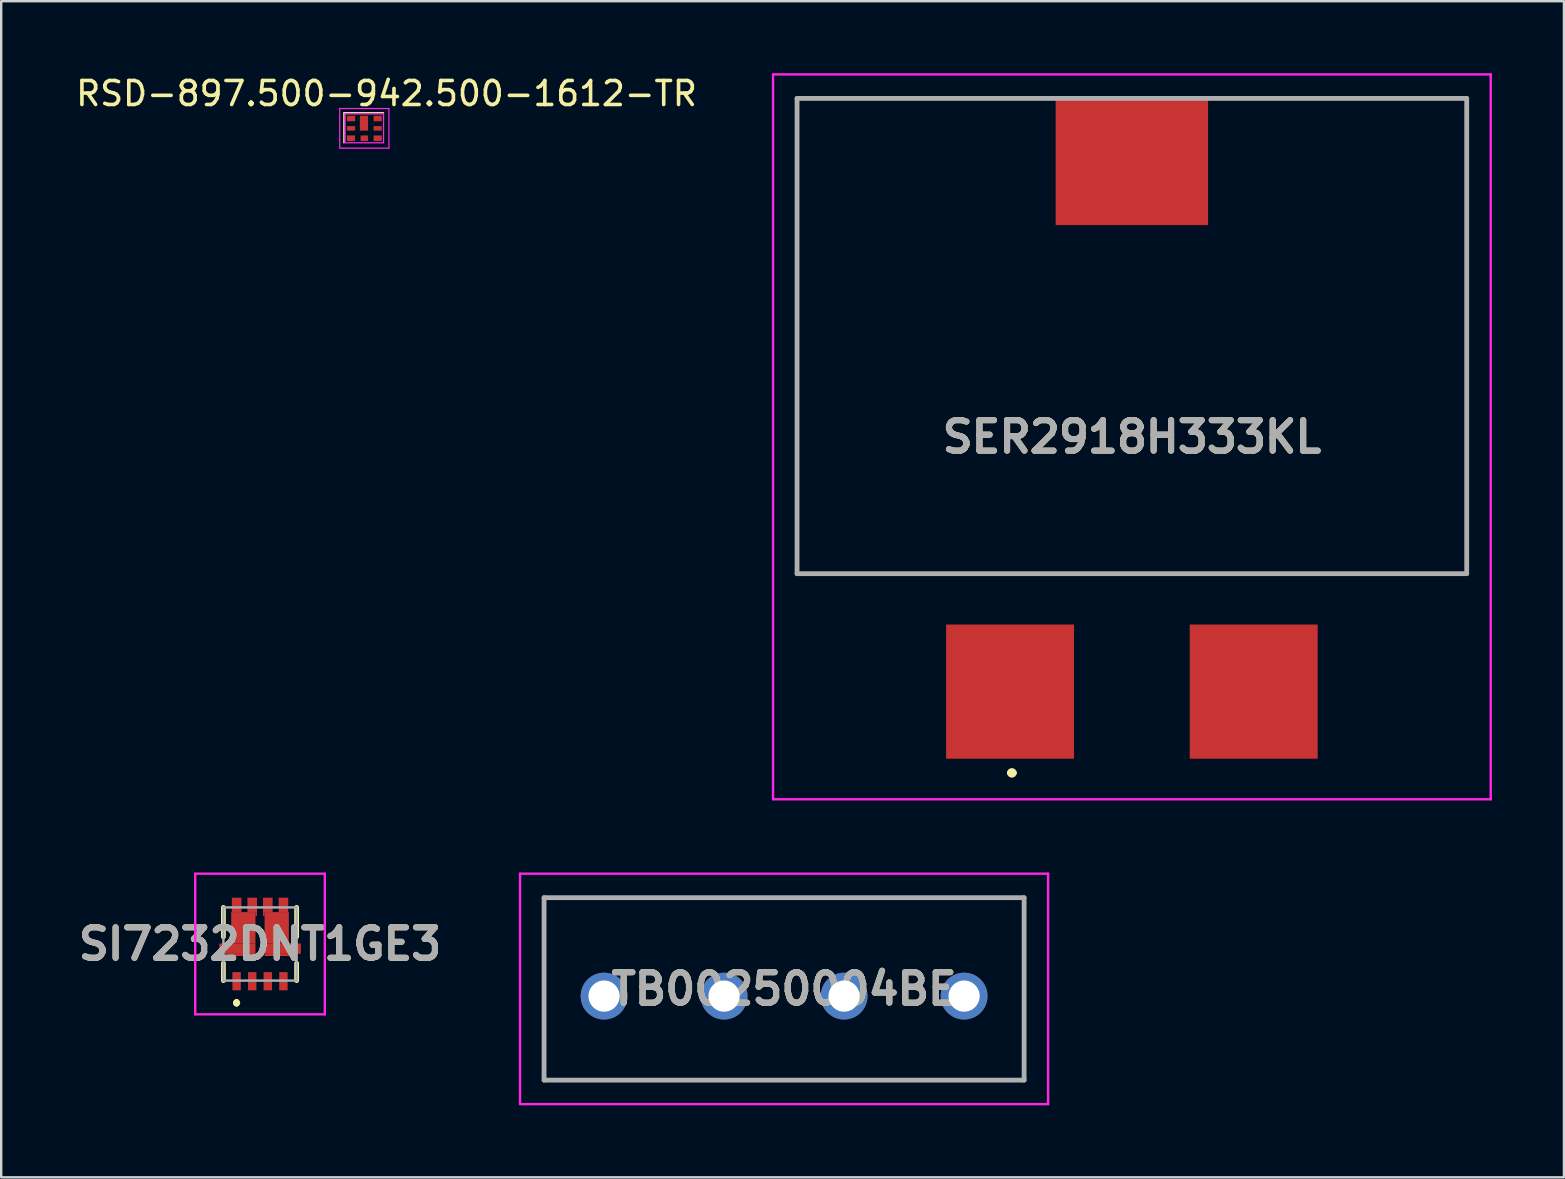
<source format=kicad_pcb>
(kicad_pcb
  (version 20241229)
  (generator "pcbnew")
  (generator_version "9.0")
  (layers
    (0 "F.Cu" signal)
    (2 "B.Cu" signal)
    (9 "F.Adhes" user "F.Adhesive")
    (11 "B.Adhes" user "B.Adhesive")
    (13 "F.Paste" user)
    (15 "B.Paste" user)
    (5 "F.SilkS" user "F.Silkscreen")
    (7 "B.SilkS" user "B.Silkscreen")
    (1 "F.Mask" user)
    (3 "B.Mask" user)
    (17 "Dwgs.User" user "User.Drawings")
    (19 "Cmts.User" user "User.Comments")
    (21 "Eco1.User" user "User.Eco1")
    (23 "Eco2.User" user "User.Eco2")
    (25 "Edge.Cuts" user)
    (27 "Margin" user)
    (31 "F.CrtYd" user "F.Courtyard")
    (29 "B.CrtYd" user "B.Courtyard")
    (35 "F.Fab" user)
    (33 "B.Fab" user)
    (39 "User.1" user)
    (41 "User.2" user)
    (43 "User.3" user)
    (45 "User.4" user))
  (footprint "SER2918H333KL"
    (layer "F.Cu")
    (at 44.107 1.05)
    (property "Reference" "SER2918H333KL" (at 0 14.1 0) (layer "F.SilkS") (effects (font (size 1.27 1.27) (thickness 0.254))))
    (attr smd)
    (fp_line (start -13.95 0) (end -13.95 19.8) (stroke (width 0.1) (type solid)) (layer "F.SilkS"))
    (fp_line (start -13.95 19.8) (end 13.95 19.8) (stroke (width 0.1) (type solid)) (layer "F.SilkS"))
    (fp_line (start -5.1 28.1) (end -5.1 28.1) (stroke (width 0.2) (type solid)) (layer "F.SilkS"))
    (fp_line (start -5.075 0) (end -13.95 0) (stroke (width 0.1) (type solid)) (layer "F.SilkS"))
    (fp_line (start -4.9 28.1) (end -4.9 28.1) (stroke (width 0.2) (type solid)) (layer "F.SilkS"))
    (fp_line (start 13.95 0) (end 5.075 0) (stroke (width 0.1) (type solid)) (layer "F.SilkS"))
    (fp_line (start 13.95 19.8) (end 13.95 0) (stroke (width 0.1) (type solid)) (layer "F.SilkS"))
    (fp_arc (start -5.1 28.1) (mid -5 28) (end -4.9 28.1) (stroke (width 0.2) (type solid)) (layer "F.SilkS"))
    (fp_arc (start -4.9 28.1) (mid -5 28.2) (end -5.1 28.1) (stroke (width 0.2) (type solid)) (layer "F.SilkS"))
    (fp_line (start -14.95 -1) (end 14.95 -1) (stroke (width 0.1) (type solid)) (layer "F.CrtYd"))
    (fp_line (start -14.95 29.2) (end -14.95 -1) (stroke (width 0.1) (type solid)) (layer "F.CrtYd"))
    (fp_line (start 14.95 -1) (end 14.95 29.2) (stroke (width 0.1) (type solid)) (layer "F.CrtYd"))
    (fp_line (start 14.95 29.2) (end -14.95 29.2) (stroke (width 0.1) (type solid)) (layer "F.CrtYd"))
    (fp_line (start -13.95 0) (end 13.95 0) (stroke (width 0.2) (type solid)) (layer "F.Fab"))
    (fp_line (start -13.95 19.8) (end -13.95 0) (stroke (width 0.2) (type solid)) (layer "F.Fab"))
    (fp_line (start 13.95 0) (end 13.95 19.8) (stroke (width 0.2) (type solid)) (layer "F.Fab"))
    (fp_line (start 13.95 19.8) (end -13.95 19.8) (stroke (width 0.2) (type solid)) (layer "F.Fab"))
    (fp_text user "${REFERENCE}" (at 0 14.1 0) (layer "F.Fab") (effects (font (size 1.27 1.27) (thickness 0.254))))
    (pad "1" smd rect (at -5.075 24.715) (size 5.33 5.59) (layers "F.Cu" "F.Mask" "F.Paste"))
    (pad "2" smd rect (at 5.075 24.715) (size 5.33 5.59) (layers "F.Cu" "F.Mask" "F.Paste"))
    (pad "3" smd rect (at 0 2.64 90) (size 5.28 6.35) (layers "F.Cu" "F.Mask" "F.Paste")))
  (footprint "TB00250004BE"
    (layer "F.Cu")
    (at 22.117 38.45)
    (property "Reference" "TB00250004BE" (at 7.5 -0.3 0) (layer "F.SilkS") (effects (font (size 1.27 1.27) (thickness 0.254))))
    (attr through_hole)
    (fp_line (start -2.5 -4.1) (end 17.5 -4.1) (stroke (width 0.1) (type solid)) (layer "F.SilkS"))
    (fp_line (start -2.5 3.5) (end -2.5 -4.1) (stroke (width 0.1) (type solid)) (layer "F.SilkS"))
    (fp_line (start 17.5 -4.1) (end 17.5 3.5) (stroke (width 0.1) (type solid)) (layer "F.SilkS"))
    (fp_line (start 17.5 3.5) (end -2.5 3.5) (stroke (width 0.1) (type solid)) (layer "F.SilkS"))
    (fp_line (start -3.5 -5.1) (end 18.5 -5.1) (stroke (width 0.1) (type solid)) (layer "F.CrtYd"))
    (fp_line (start -3.5 4.5) (end -3.5 -5.1) (stroke (width 0.1) (type solid)) (layer "F.CrtYd"))
    (fp_line (start 18.5 -5.1) (end 18.5 4.5) (stroke (width 0.1) (type solid)) (layer "F.CrtYd"))
    (fp_line (start 18.5 4.5) (end -3.5 4.5) (stroke (width 0.1) (type solid)) (layer "F.CrtYd"))
    (fp_line (start -2.5 -4.1) (end 17.5 -4.1) (stroke (width 0.2) (type solid)) (layer "F.Fab"))
    (fp_line (start -2.5 3.5) (end -2.5 -4.1) (stroke (width 0.2) (type solid)) (layer "F.Fab"))
    (fp_line (start 17.5 -4.1) (end 17.5 3.5) (stroke (width 0.2) (type solid)) (layer "F.Fab"))
    (fp_line (start 17.5 3.5) (end -2.5 3.5) (stroke (width 0.2) (type solid)) (layer "F.Fab"))
    (fp_text user "${REFERENCE}" (at 7.5 -0.3 0) (layer "F.Fab") (effects (font (size 1.27 1.27) (thickness 0.254))))
    (pad "1" thru_hole circle (at 0 0) (size 1.95 1.95) (drill 1.3) (layers "*.Cu" "*.Mask"))
    (pad "2" thru_hole circle (at 5 0) (size 1.95 1.95) (drill 1.3) (layers "*.Cu" "*.Mask"))
    (pad "3" thru_hole circle (at 10 0) (size 1.95 1.95) (drill 1.3) (layers "*.Cu" "*.Mask"))
    (pad "4" thru_hole circle (at 15 0) (size 1.95 1.95) (drill 1.3) (layers "*.Cu" "*.Mask")))
  (footprint "SI7232DNT1GE3"
    (layer "F.Cu")
    (at 7.783 36.28)
    (property "Reference" "SI7232DNT1GE3" (at 0 0 0) (layer "F.SilkS") (effects (font (size 1.27 1.27) (thickness 0.254))))
    (attr smd)
    (fp_line (start -1.525 -1.525) (end -1.525 -0.3) (stroke (width 0.2) (type solid)) (layer "F.SilkS"))
    (fp_line (start -1.525 0.8) (end -1.525 1.525) (stroke (width 0.2) (type solid)) (layer "F.SilkS"))
    (fp_line (start -0.975 2.4) (end -0.975 2.4) (stroke (width 0.2) (type solid)) (layer "F.SilkS"))
    (fp_line (start -0.975 2.4) (end -0.975 2.4) (stroke (width 0.2) (type solid)) (layer "F.SilkS"))
    (fp_line (start -0.975 2.5) (end -0.975 2.5) (stroke (width 0.2) (type solid)) (layer "F.SilkS"))
    (fp_line (start 1.525 -1.525) (end 1.525 -0.3) (stroke (width 0.2) (type solid)) (layer "F.SilkS"))
    (fp_line (start 1.525 0.8) (end 1.525 1.525) (stroke (width 0.2) (type solid)) (layer "F.SilkS"))
    (fp_arc (start -0.975 2.4) (mid -0.925 2.45) (end -0.975 2.5) (stroke (width 0.2) (type solid)) (layer "F.SilkS"))
    (fp_arc (start -0.975 2.5) (mid -1.025 2.45) (end -0.975 2.4) (stroke (width 0.2) (type solid)) (layer "F.SilkS"))
    (fp_arc (start -0.975 2.5) (mid -1.025 2.45) (end -0.975 2.4) (stroke (width 0.2) (type solid)) (layer "F.SilkS"))
    (fp_line (start -2.7 -2.93) (end 2.7 -2.93) (stroke (width 0.1) (type solid)) (layer "F.CrtYd"))
    (fp_line (start -2.7 2.93) (end -2.7 -2.93) (stroke (width 0.1) (type solid)) (layer "F.CrtYd"))
    (fp_line (start 2.7 -2.93) (end 2.7 2.93) (stroke (width 0.1) (type solid)) (layer "F.CrtYd"))
    (fp_line (start 2.7 2.93) (end -2.7 2.93) (stroke (width 0.1) (type solid)) (layer "F.CrtYd"))
    (fp_line (start -1.525 -1.525) (end -1.525 1.525) (stroke (width 0.1) (type solid)) (layer "F.Fab"))
    (fp_line (start -1.525 1.525) (end 1.525 1.525) (stroke (width 0.1) (type solid)) (layer "F.Fab"))
    (fp_line (start 1.525 -1.525) (end -1.525 -1.525) (stroke (width 0.1) (type solid)) (layer "F.Fab"))
    (fp_line (start 1.525 1.525) (end 1.525 -1.525) (stroke (width 0.1) (type solid)) (layer "F.Fab"))
    (fp_text user "${REFERENCE}" (at 0 0 0) (layer "F.Fab") (effects (font (size 1.27 1.27) (thickness 0.254))))
    (pad "1" smd rect (at -0.975 1.55) (size 0.35 0.76) (layers "F.Cu" "F.Mask" "F.Paste"))
    (pad "2" smd rect (at -0.325 1.55) (size 0.35 0.76) (layers "F.Cu" "F.Mask" "F.Paste"))
    (pad "3" smd rect (at 0.325 1.55) (size 0.35 0.76) (layers "F.Cu" "F.Mask" "F.Paste"))
    (pad "4" smd rect (at 0.975 1.55) (size 0.35 0.76) (layers "F.Cu" "F.Mask" "F.Paste"))
    (pad "5" smd rect (at 0.975 -1.63) (size 0.4 0.6) (layers "F.Cu" "F.Mask" "F.Paste"))
    (pad "6" smd rect (at 0.325 -1.63) (size 0.4 0.6) (layers "F.Cu" "F.Mask" "F.Paste"))
    (pad "7" smd rect (at -0.325 -1.63) (size 0.4 0.6) (layers "F.Cu" "F.Mask" "F.Paste"))
    (pad "8" smd rect (at -0.975 -1.63) (size 0.4 0.6) (layers "F.Cu" "F.Mask" "F.Paste"))
    (pad "9" smd rect (at -0.695 -0.675) (size 1.01 1.31) (layers "F.Cu" "F.Mask" "F.Paste"))
    (pad "10" smd rect (at -0.945 0.195 90) (size 0.43 1.51) (layers "F.Cu" "F.Mask" "F.Paste"))
    (pad "11" smd rect (at -0.755 0.455 90) (size 0.09 1.13) (layers "F.Cu" "F.Mask" "F.Paste"))
    (pad "12" smd rect (at 0.755 0.455 90) (size 0.09 1.13) (layers "F.Cu" "F.Mask" "F.Paste"))
    (pad "13" smd rect (at 0.945 0.195 90) (size 0.43 1.51) (layers "F.Cu" "F.Mask" "F.Paste"))
    (pad "14" smd rect (at 0.695 -0.675) (size 1.01 1.31) (layers "F.Cu" "F.Mask" "F.Paste"))
    (pad "15" smd rect (at -0.158 -1.25) (size 0.065 0.16) (layers "F.Cu" "F.Mask" "F.Paste"))
    (pad "16" smd rect (at 0.158 -1.25) (size 0.065 0.16) (layers "F.Cu" "F.Mask" "F.Paste")))
  (footprint "RSD-897.500-942.500-1612-TR"
    (layer "F.Cu")
    (at 11.329 1.698)
    (property "Reference" "RSD-897.500-942.500-1612-TR" (at 1.725 -0.85 0) (layer "F.SilkS") (effects (font (size 1 1) (thickness 0.15))))
    (attr through_hole)
    (fp_line (start -0.05 -0.05) (end 1.6 -0.05) (stroke (width 0.06) (type solid)) (layer "F.SilkS"))
    (fp_line (start -0.05 1.2) (end -0.05 -0.05) (stroke (width 0.06) (type solid)) (layer "F.SilkS"))
    (fp_line (start -0.225 -0.225) (end 1.825 -0.225) (stroke (width 0.05) (type solid)) (layer "F.CrtYd"))
    (fp_line (start -0.225 1.425) (end -0.225 -0.225) (stroke (width 0.05) (type solid)) (layer "F.CrtYd"))
    (fp_line (start 0 0) (end 0 1.2) (stroke (width 0.05) (type solid)) (layer "F.CrtYd"))
    (fp_line (start 0 0) (end 1.6 0) (stroke (width 0.05) (type solid)) (layer "F.CrtYd"))
    (fp_line (start 0 1.2) (end 1.6 1.2) (stroke (width 0.05) (type solid)) (layer "F.CrtYd"))
    (fp_line (start 1.6 0) (end 1.6 1.2) (stroke (width 0.05) (type solid)) (layer "F.CrtYd"))
    (fp_line (start 1.825 -0.225) (end 1.825 1.425) (stroke (width 0.05) (type solid)) (layer "F.CrtYd"))
    (fp_line (start 1.825 1.425) (end -0.225 1.425) (stroke (width 0.05) (type solid)) (layer "F.CrtYd"))
    (pad "1" smd rect (at 0.075 0.075 90) (size 0.23 0.34) (drill (offset -0.115 0.17)) (layers "F.Cu" "F.Mask" "F.Paste"))
    (pad "2" smd rect (at 0.955 0.075 270) (size 0.62 0.34) (drill (offset 0.31 0.17)) (layers "F.Cu" "F.Mask" "F.Paste"))
    (pad "3" smd rect (at 1.185 0.075 90) (size 0.23 0.34) (drill (offset -0.115 0.17)) (layers "F.Cu" "F.Mask" "F.Paste"))
    (pad "4" smd rect (at 1.185 0.505 90) (size 0.19 0.34) (drill (offset -0.095 0.17)) (layers "F.Cu" "F.Mask" "F.Paste"))
    (pad "5" smd rect (at 1.185 0.895 90) (size 0.23 0.34) (drill (offset -0.115 0.17)) (layers "F.Cu" "F.Mask" "F.Paste"))
    (pad "6" smd rect (at 0.645 0.895 90) (size 0.23 0.31) (drill (offset -0.115 0.155)) (layers "F.Cu" "F.Mask" "F.Paste"))
    (pad "7" smd rect (at 0.075 0.895 90) (size 0.23 0.34) (drill (offset -0.115 0.17)) (layers "F.Cu" "F.Mask" "F.Paste"))
    (pad "8" smd rect (at 0.075 0.505 90) (size 0.19 0.34) (drill (offset -0.095 0.17)) (layers "F.Cu" "F.Mask" "F.Paste")))
  (gr_rect
    (start -3 -3)
    (end 62.107 46)
    (stroke (width 0.1) (type default))
    (fill no)
    (layer "Edge.Cuts")))
</source>
